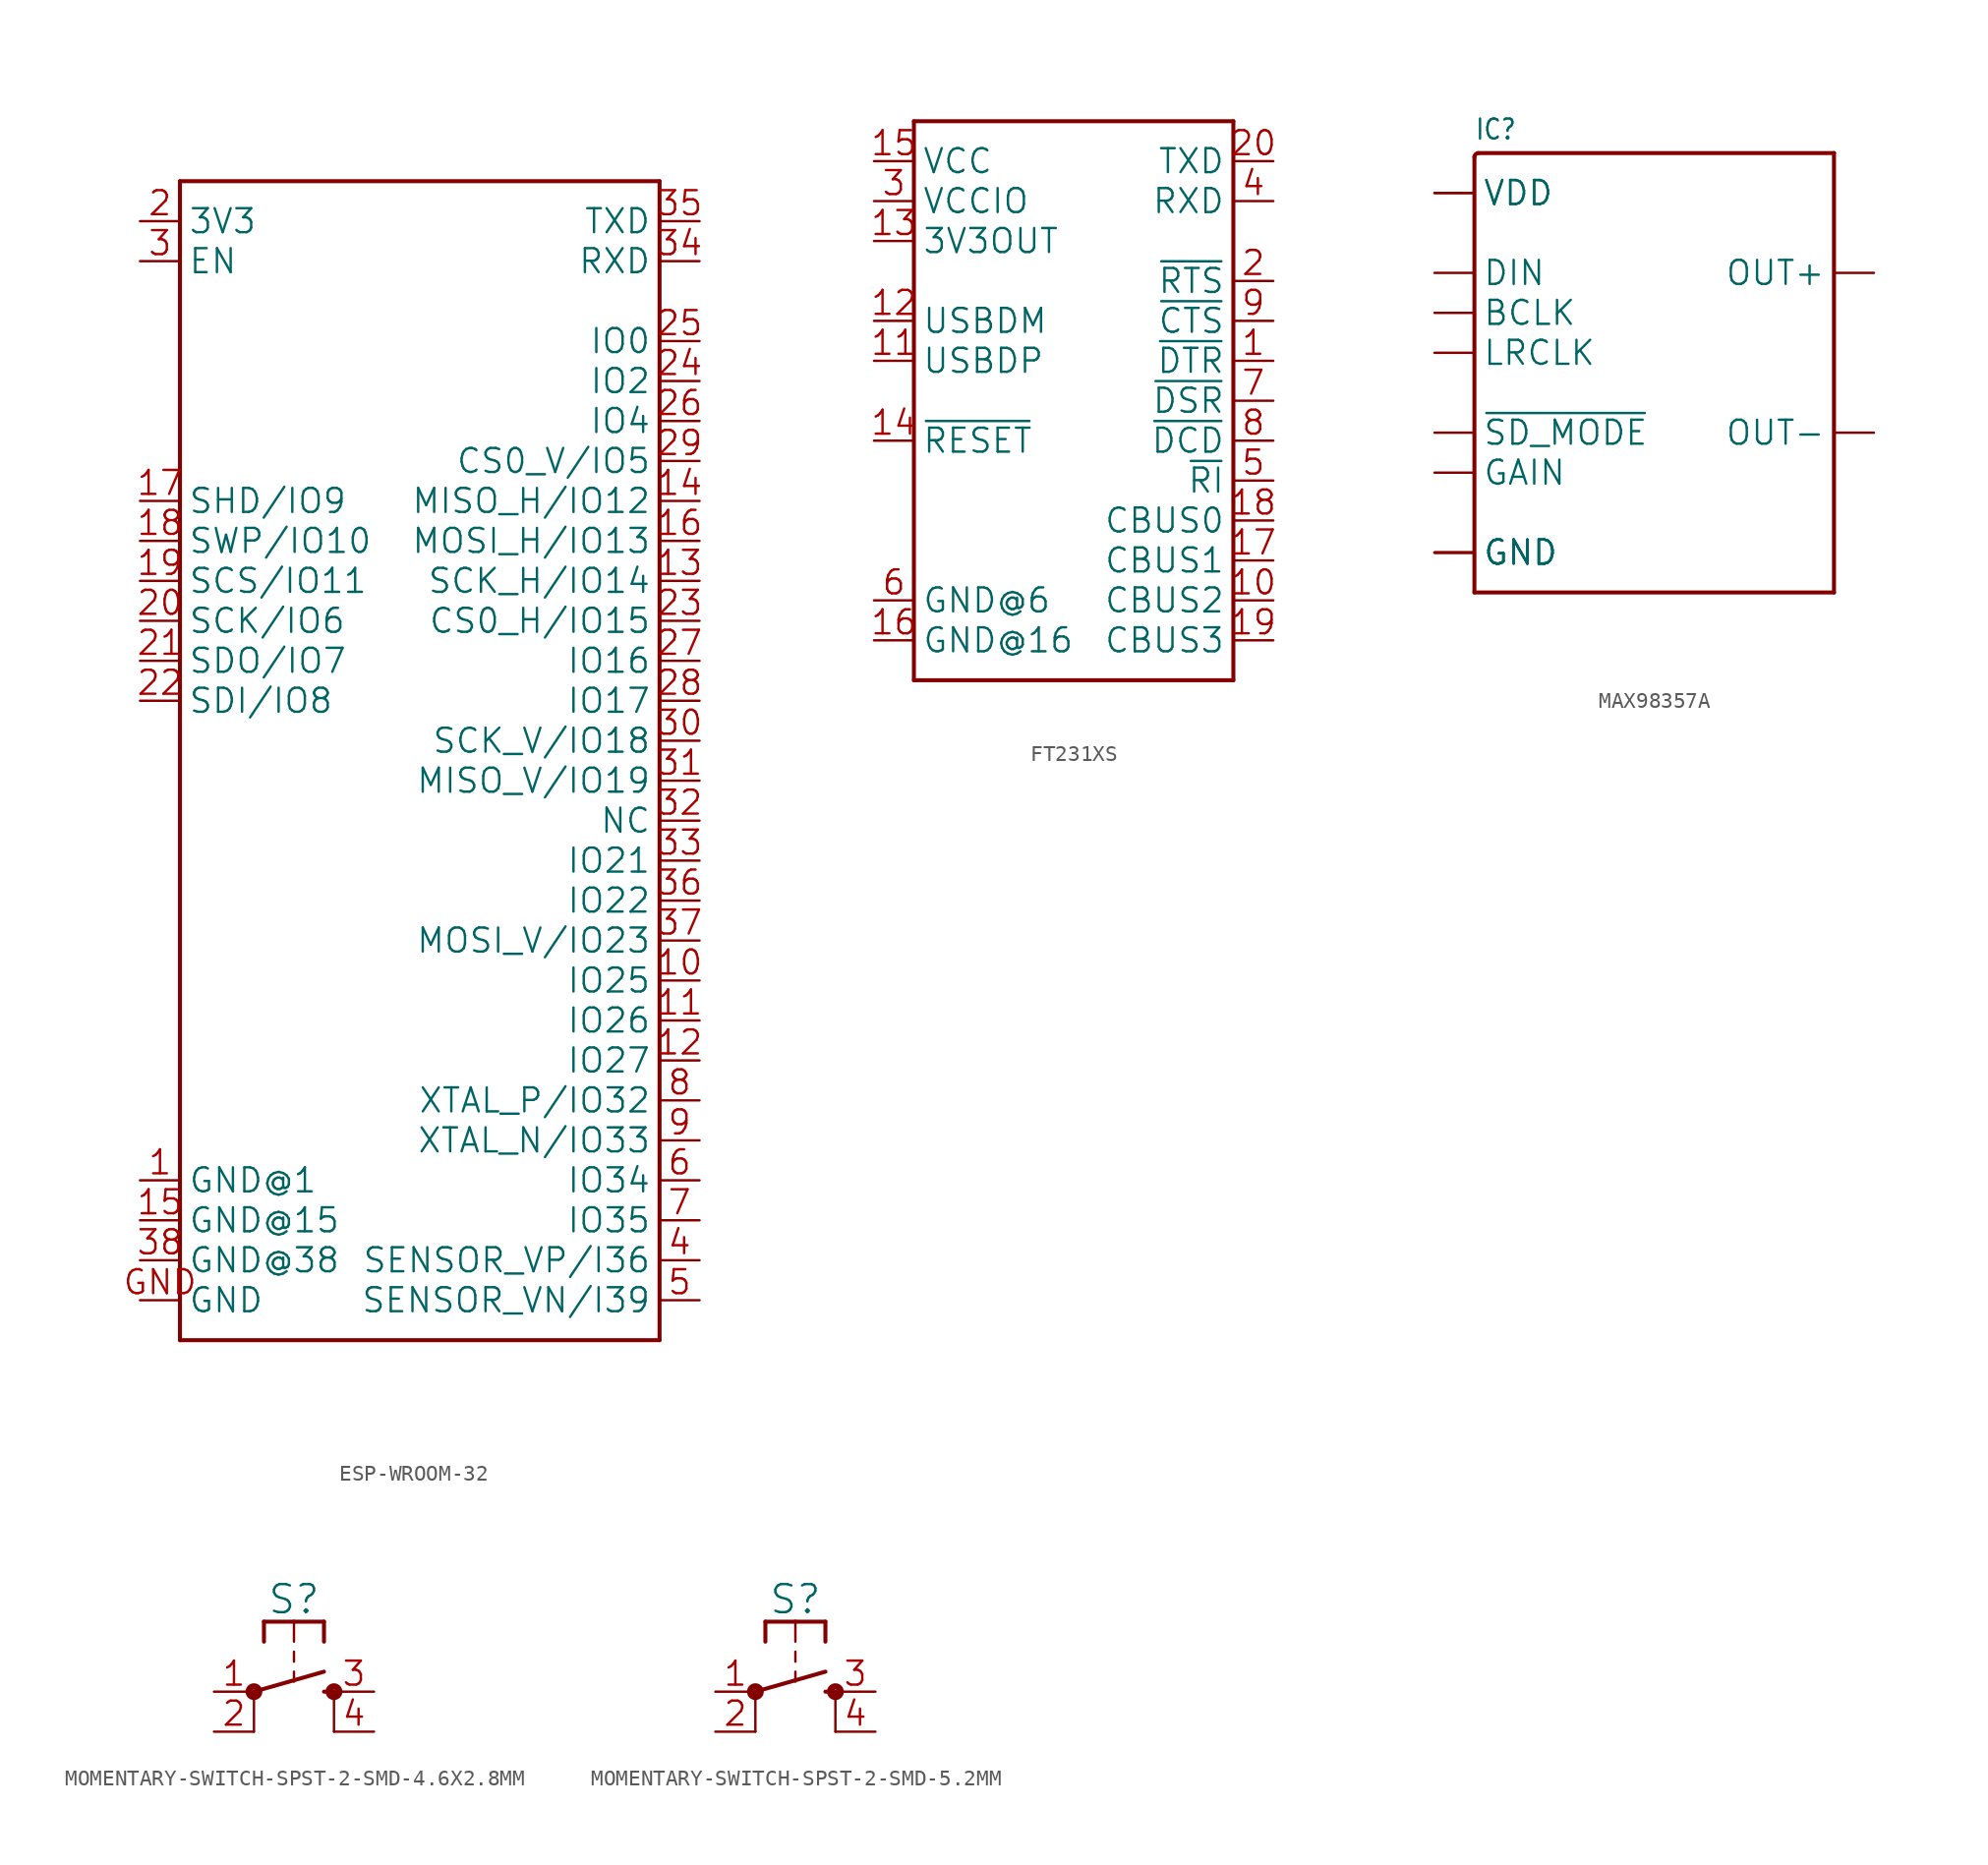
<source format=kicad_sym>
(kicad_symbol_lib
  (version 20241209)
  (generator "kicad_symbol_editor")
  (generator_version "9.0")
  (symbol "ESP-WROOM-32"
    (property "Reference" "U"
      (at -15.24 35.814 0)
      (effects (font (size 1.778 1.511)) (justify left bottom) (hide yes)))
    (property "ki_locked" ""
      (at 0 0 0)
      (effects (font (size 1.27 1.27))))
    (symbol "ESP-WROOM-32_1_0"
      (polyline (pts (xy -15.24 35.56) (xy 15.24 35.56)) (stroke (width 0.254) (type solid)) (fill (type none)))
      (polyline (pts (xy -15.24 -38.1) (xy -15.24 35.56)) (stroke (width 0.254) (type solid)) (fill (type none)))
      (polyline (pts (xy 15.24 35.56) (xy 15.24 -38.1)) (stroke (width 0.254) (type solid)) (fill (type none)))
      (polyline (pts (xy 15.24 -38.1) (xy -15.24 -38.1)) (stroke (width 0.254) (type solid)) (fill (type none)))
      (pin bidirectional line (at -17.78 33.02 0) (length 2.54) (name "3V3" (effects (font (size 1.524 1.524)))) (number "2" (effects (font (size 1.524 1.524)))))
      (pin bidirectional line (at -17.78 30.48 0) (length 2.54) (name "EN" (effects (font (size 1.524 1.524)))) (number "3" (effects (font (size 1.524 1.524)))))
      (pin bidirectional line (at -17.78 15.24 0) (length 2.54) (name "SHD/IO9" (effects (font (size 1.524 1.524)))) (number "17" (effects (font (size 1.524 1.524)))))
      (pin bidirectional line (at -17.78 12.7 0) (length 2.54) (name "SWP/IO10" (effects (font (size 1.524 1.524)))) (number "18" (effects (font (size 1.524 1.524)))))
      (pin bidirectional line (at -17.78 10.16 0) (length 2.54) (name "SCS/IO11" (effects (font (size 1.524 1.524)))) (number "19" (effects (font (size 1.524 1.524)))))
      (pin bidirectional line (at -17.78 7.62 0) (length 2.54) (name "SCK/IO6" (effects (font (size 1.524 1.524)))) (number "20" (effects (font (size 1.524 1.524)))))
      (pin bidirectional line (at -17.78 5.08 0) (length 2.54) (name "SDO/IO7" (effects (font (size 1.524 1.524)))) (number "21" (effects (font (size 1.524 1.524)))))
      (pin bidirectional line (at -17.78 2.54 0) (length 2.54) (name "SDI/IO8" (effects (font (size 1.524 1.524)))) (number "22" (effects (font (size 1.524 1.524)))))
      (pin bidirectional line (at -17.78 -27.94 0) (length 2.54) (name "GND@1" (effects (font (size 1.524 1.524)))) (number "1" (effects (font (size 1.524 1.524)))))
      (pin bidirectional line (at -17.78 -30.48 0) (length 2.54) (name "GND@15" (effects (font (size 1.524 1.524)))) (number "15" (effects (font (size 1.524 1.524)))))
      (pin bidirectional line (at -17.78 -33.02 0) (length 2.54) (name "GND@38" (effects (font (size 1.524 1.524)))) (number "38" (effects (font (size 1.524 1.524)))))
      (pin bidirectional line (at -17.78 -35.56 0) (length 2.54) (name "GND" (effects (font (size 1.524 1.524)))) (number "GND" (effects (font (size 1.524 1.524)))))
      (pin bidirectional line (at 17.78 33.02 180) (length 2.54) (name "TXD" (effects (font (size 1.524 1.524)))) (number "35" (effects (font (size 1.524 1.524)))))
      (pin bidirectional line (at 17.78 30.48 180) (length 2.54) (name "RXD" (effects (font (size 1.524 1.524)))) (number "34" (effects (font (size 1.524 1.524)))))
      (pin bidirectional line (at 17.78 25.4 180) (length 2.54) (name "IO0" (effects (font (size 1.524 1.524)))) (number "25" (effects (font (size 1.524 1.524)))))
      (pin bidirectional line (at 17.78 22.86 180) (length 2.54) (name "IO2" (effects (font (size 1.524 1.524)))) (number "24" (effects (font (size 1.524 1.524)))))
      (pin bidirectional line (at 17.78 20.32 180) (length 2.54) (name "IO4" (effects (font (size 1.524 1.524)))) (number "26" (effects (font (size 1.524 1.524)))))
      (pin bidirectional line (at 17.78 17.78 180) (length 2.54) (name "CS0_V/IO5" (effects (font (size 1.524 1.524)))) (number "29" (effects (font (size 1.524 1.524)))))
      (pin bidirectional line (at 17.78 15.24 180) (length 2.54) (name "MISO_H/IO12" (effects (font (size 1.524 1.524)))) (number "14" (effects (font (size 1.524 1.524)))))
      (pin bidirectional line (at 17.78 12.7 180) (length 2.54) (name "MOSI_H/IO13" (effects (font (size 1.524 1.524)))) (number "16" (effects (font (size 1.524 1.524)))))
      (pin bidirectional line (at 17.78 10.16 180) (length 2.54) (name "SCK_H/IO14" (effects (font (size 1.524 1.524)))) (number "13" (effects (font (size 1.524 1.524)))))
      (pin bidirectional line (at 17.78 7.62 180) (length 2.54) (name "CS0_H/IO15" (effects (font (size 1.524 1.524)))) (number "23" (effects (font (size 1.524 1.524)))))
      (pin bidirectional line (at 17.78 5.08 180) (length 2.54) (name "IO16" (effects (font (size 1.524 1.524)))) (number "27" (effects (font (size 1.524 1.524)))))
      (pin bidirectional line (at 17.78 2.54 180) (length 2.54) (name "IO17" (effects (font (size 1.524 1.524)))) (number "28" (effects (font (size 1.524 1.524)))))
      (pin bidirectional line (at 17.78 0 180) (length 2.54) (name "SCK_V/IO18" (effects (font (size 1.524 1.524)))) (number "30" (effects (font (size 1.524 1.524)))))
      (pin bidirectional line (at 17.78 -2.54 180) (length 2.54) (name "MISO_V/IO19" (effects (font (size 1.524 1.524)))) (number "31" (effects (font (size 1.524 1.524)))))
      (pin bidirectional line (at 17.78 -5.08 180) (length 2.54) (name "NC" (effects (font (size 1.524 1.524)))) (number "32" (effects (font (size 1.524 1.524)))))
      (pin bidirectional line (at 17.78 -7.62 180) (length 2.54) (name "IO21" (effects (font (size 1.524 1.524)))) (number "33" (effects (font (size 1.524 1.524)))))
      (pin bidirectional line (at 17.78 -10.16 180) (length 2.54) (name "IO22" (effects (font (size 1.524 1.524)))) (number "36" (effects (font (size 1.524 1.524)))))
      (pin bidirectional line (at 17.78 -12.7 180) (length 2.54) (name "MOSI_V/IO23" (effects (font (size 1.524 1.524)))) (number "37" (effects (font (size 1.524 1.524)))))
      (pin bidirectional line (at 17.78 -15.24 180) (length 2.54) (name "IO25" (effects (font (size 1.524 1.524)))) (number "10" (effects (font (size 1.524 1.524)))))
      (pin bidirectional line (at 17.78 -17.78 180) (length 2.54) (name "IO26" (effects (font (size 1.524 1.524)))) (number "11" (effects (font (size 1.524 1.524)))))
      (pin bidirectional line (at 17.78 -20.32 180) (length 2.54) (name "IO27" (effects (font (size 1.524 1.524)))) (number "12" (effects (font (size 1.524 1.524)))))
      (pin bidirectional line (at 17.78 -22.86 180) (length 2.54) (name "XTAL_P/IO32" (effects (font (size 1.524 1.524)))) (number "8" (effects (font (size 1.524 1.524)))))
      (pin bidirectional line (at 17.78 -25.4 180) (length 2.54) (name "XTAL_N/IO33" (effects (font (size 1.524 1.524)))) (number "9" (effects (font (size 1.524 1.524)))))
      (pin bidirectional line (at 17.78 -27.94 180) (length 2.54) (name "IO34" (effects (font (size 1.524 1.524)))) (number "6" (effects (font (size 1.524 1.524)))))
      (pin bidirectional line (at 17.78 -30.48 180) (length 2.54) (name "IO35" (effects (font (size 1.524 1.524)))) (number "7" (effects (font (size 1.524 1.524)))))
      (pin bidirectional line (at 17.78 -33.02 180) (length 2.54) (name "SENSOR_VP/I36" (effects (font (size 1.524 1.524)))) (number "4" (effects (font (size 1.524 1.524)))))
      (pin bidirectional line (at 17.78 -35.56 180) (length 2.54) (name "SENSOR_VN/I39" (effects (font (size 1.524 1.524)))) (number "5" (effects (font (size 1.524 1.524)))))))
  (symbol "FT231XS"
    (property "Reference" "U"
      (at -10.16 18.034 0)
      (effects (font (size 1.778 1.511)) (justify left bottom) (hide yes)))
    (property "ki_locked" ""
      (at 0 0 0)
      (effects (font (size 1.27 1.27))))
    (symbol "FT231XS_1_0"
      (polyline (pts (xy -10.16 17.78) (xy -10.16 -17.78)) (stroke (width 0.254) (type solid)) (fill (type none)))
      (polyline (pts (xy -10.16 -17.78) (xy 10.16 -17.78)) (stroke (width 0.254) (type solid)) (fill (type none)))
      (polyline (pts (xy 10.16 17.78) (xy -10.16 17.78)) (stroke (width 0.254) (type solid)) (fill (type none)))
      (polyline (pts (xy 10.16 -17.78) (xy 10.16 17.78)) (stroke (width 0.254) (type solid)) (fill (type none)))
      (pin bidirectional line (at -12.7 15.24 0) (length 2.54) (name "VCC" (effects (font (size 1.524 1.524)))) (number "15" (effects (font (size 1.524 1.524)))))
      (pin bidirectional line (at -12.7 12.7 0) (length 2.54) (name "VCCIO" (effects (font (size 1.524 1.524)))) (number "3" (effects (font (size 1.524 1.524)))))
      (pin bidirectional line (at -12.7 10.16 0) (length 2.54) (name "3V3OUT" (effects (font (size 1.524 1.524)))) (number "13" (effects (font (size 1.524 1.524)))))
      (pin bidirectional line (at -12.7 5.08 0) (length 2.54) (name "USBDM" (effects (font (size 1.524 1.524)))) (number "12" (effects (font (size 1.524 1.524)))))
      (pin bidirectional line (at -12.7 2.54 0) (length 2.54) (name "USBDP" (effects (font (size 1.524 1.524)))) (number "11" (effects (font (size 1.524 1.524)))))
      (pin bidirectional line (at -12.7 -2.54 0) (length 2.54) (name "~{RESET}" (effects (font (size 1.524 1.524)))) (number "14" (effects (font (size 1.524 1.524)))))
      (pin bidirectional line (at -12.7 -12.7 0) (length 2.54) (name "GND@6" (effects (font (size 1.524 1.524)))) (number "6" (effects (font (size 1.524 1.524)))))
      (pin bidirectional line (at -12.7 -15.24 0) (length 2.54) (name "GND@16" (effects (font (size 1.524 1.524)))) (number "16" (effects (font (size 1.524 1.524)))))
      (pin bidirectional line (at 12.7 15.24 180) (length 2.54) (name "TXD" (effects (font (size 1.524 1.524)))) (number "20" (effects (font (size 1.524 1.524)))))
      (pin bidirectional line (at 12.7 12.7 180) (length 2.54) (name "RXD" (effects (font (size 1.524 1.524)))) (number "4" (effects (font (size 1.524 1.524)))))
      (pin bidirectional line (at 12.7 7.62 180) (length 2.54) (name "~{RTS}" (effects (font (size 1.524 1.524)))) (number "2" (effects (font (size 1.524 1.524)))))
      (pin bidirectional line (at 12.7 5.08 180) (length 2.54) (name "~{CTS}" (effects (font (size 1.524 1.524)))) (number "9" (effects (font (size 1.524 1.524)))))
      (pin bidirectional line (at 12.7 2.54 180) (length 2.54) (name "~{DTR}" (effects (font (size 1.524 1.524)))) (number "1" (effects (font (size 1.524 1.524)))))
      (pin bidirectional line (at 12.7 0 180) (length 2.54) (name "~{DSR}" (effects (font (size 1.524 1.524)))) (number "7" (effects (font (size 1.524 1.524)))))
      (pin bidirectional line (at 12.7 -2.54 180) (length 2.54) (name "~{DCD}" (effects (font (size 1.524 1.524)))) (number "8" (effects (font (size 1.524 1.524)))))
      (pin bidirectional line (at 12.7 -5.08 180) (length 2.54) (name "~{RI}" (effects (font (size 1.524 1.524)))) (number "5" (effects (font (size 1.524 1.524)))))
      (pin bidirectional line (at 12.7 -7.62 180) (length 2.54) (name "CBUS0" (effects (font (size 1.524 1.524)))) (number "18" (effects (font (size 1.524 1.524)))))
      (pin bidirectional line (at 12.7 -10.16 180) (length 2.54) (name "CBUS1" (effects (font (size 1.524 1.524)))) (number "17" (effects (font (size 1.524 1.524)))))
      (pin bidirectional line (at 12.7 -12.7 180) (length 2.54) (name "CBUS2" (effects (font (size 1.524 1.524)))) (number "10" (effects (font (size 1.524 1.524)))))
      (pin bidirectional line (at 12.7 -15.24 180) (length 2.54) (name "CBUS3" (effects (font (size 1.524 1.524)))) (number "19" (effects (font (size 1.524 1.524)))))))
  (symbol "MAX98357A"
    (property "Reference" "IC"
      (at -10.16 13.462 0)
      (effects (font (size 1.27 1.079)) (justify left bottom)))
    (property "Value" ""
      (at -10.16 -17.78 0)
      (effects (font (size 1.27 1.079)) (justify left bottom)))
    (property "ki_locked" ""
      (at 0 0 0)
      (effects (font (size 1.27 1.27))))
    (symbol "MAX98357A_1_0"
      (polyline (pts (xy -10.16 12.45) (xy -10.16 -15.24)) (stroke (width 0.254) (type solid)) (fill (type none)))
      (arc (start -10.16 12.45) (mid -10.0868 12.6268) (end -9.91 12.7) (stroke (width 0.254) (type solid)) (fill (type none)))
      (polyline (pts (xy 12.7 12.7) (xy -9.91 12.7)) (stroke (width 0.254) (type solid)) (fill (type none)))
      (polyline (pts (xy 12.7 12.7) (xy 12.7 -15.24)) (stroke (width 0.254) (type solid)) (fill (type none)))
      (polyline (pts (xy 12.7 -15.24) (xy -10.16 -15.24)) (stroke (width 0.254) (type solid)) (fill (type none)))
      (pin bidirectional line (at -12.7 10.16 0) (length 2.54) (name "VDD" (effects (font (size 1.524 1.524)))) (number "P$7" (effects (font (size 0 0)))))
      (pin bidirectional line (at -12.7 10.16 0) (length 2.54) (name "VDD" (effects (font (size 1.524 1.524)))) (number "P$8" (effects (font (size 0 0)))))
      (pin bidirectional line (at -12.7 5.08 0) (length 2.54) (name "DIN" (effects (font (size 1.524 1.524)))) (number "P$1" (effects (font (size 0 0)))))
      (pin bidirectional line (at -12.7 2.54 0) (length 2.54) (name "BCLK" (effects (font (size 1.524 1.524)))) (number "P$16" (effects (font (size 0 0)))))
      (pin bidirectional line (at -12.7 0 0) (length 2.54) (name "LRCLK" (effects (font (size 1.524 1.524)))) (number "P$14" (effects (font (size 0 0)))))
      (pin bidirectional line (at -12.7 -5.08 0) (length 2.54) (name "~{SD_MODE}" (effects (font (size 1.524 1.524)))) (number "P$4" (effects (font (size 0 0)))))
      (pin bidirectional line (at -12.7 -7.62 0) (length 2.54) (name "GAIN" (effects (font (size 1.524 1.524)))) (number "P$2" (effects (font (size 0 0)))))
      (pin bidirectional line (at -12.7 -12.7 0) (length 2.54) (name "GND" (effects (font (size 1.524 1.524)))) (number "P$11" (effects (font (size 0 0)))))
      (pin bidirectional line (at -12.7 -12.7 0) (length 2.54) (name "GND" (effects (font (size 1.524 1.524)))) (number "P$15" (effects (font (size 0 0)))))
      (pin bidirectional line (at -12.7 -12.7 0) (length 2.54) (name "GND" (effects (font (size 1.524 1.524)))) (number "P$3" (effects (font (size 0 0)))))
      (pin bidirectional line (at -12.7 -12.7 0) (length 2.54) (name "GND" (effects (font (size 1.524 1.524)))) (number "P$EP" (effects (font (size 0 0)))))
      (pin bidirectional line (at 15.24 5.08 180) (length 2.54) (name "OUT+" (effects (font (size 1.524 1.524)))) (number "P$9" (effects (font (size 0 0)))))
      (pin bidirectional line (at 15.24 -5.08 180) (length 2.54) (name "OUT-" (effects (font (size 1.524 1.524)))) (number "P$10" (effects (font (size 0 0)))))))
  (symbol "MOMENTARY-SWITCH-SPST-2-SMD-4.6X2.8MM"
    (property "Reference" "S"
      (at 0 4.826 0)
      (effects (font (size 1.778 1.778)) (justify bottom)))
    (property "Value" ""
      (at 0 -2.794 0)
      (effects (font (size 1.778 1.778)) (justify top)))
    (property "ki_locked" ""
      (at 0 0 0)
      (effects (font (size 1.27 1.27))))
    (symbol "MOMENTARY-SWITCH-SPST-2-SMD-4.6X2.8MM_1_0"
      (circle (center -2.54 0) (radius 0.127) (stroke (width 0.406) (type solid)) (fill (type none)))
      (polyline (pts (xy -2.54 0) (xy 1.905 1.27)) (stroke (width 0.254) (type solid)) (fill (type none)))
      (polyline (pts (xy -2.54 -2.54) (xy -2.54 0)) (stroke (width 0.152) (type solid)) (fill (type none)))
      (polyline (pts (xy -1.905 4.445) (xy -1.905 3.175)) (stroke (width 0.254) (type solid)) (fill (type none)))
      (polyline (pts (xy 0 4.445) (xy -1.905 4.445)) (stroke (width 0.254) (type solid)) (fill (type none)))
      (polyline (pts (xy 0 4.445) (xy 0 3.175)) (stroke (width 0.152) (type solid)) (fill (type none)))
      (polyline (pts (xy 0 2.54) (xy 0 1.905)) (stroke (width 0.152) (type solid)) (fill (type none)))
      (polyline (pts (xy 0 1.27) (xy 0 0.635)) (stroke (width 0.152) (type solid)) (fill (type none)))
      (polyline (pts (xy 1.905 4.445) (xy 0 4.445)) (stroke (width 0.254) (type solid)) (fill (type none)))
      (polyline (pts (xy 1.905 4.445) (xy 1.905 3.175)) (stroke (width 0.254) (type solid)) (fill (type none)))
      (polyline (pts (xy 1.905 0) (xy 2.54 0)) (stroke (width 0.254) (type solid)) (fill (type none)))
      (circle (center 2.54 0) (radius 0.127) (stroke (width 0.406) (type solid)) (fill (type none)))
      (polyline (pts (xy 2.54 -2.54) (xy 2.54 0)) (stroke (width 0.152) (type solid)) (fill (type none)))
      (pin passive line (at -5.08 0 0) (length 2.54) (name "1" (effects (font (size 0 0)))) (number "1" (effects (font (size 1.524 1.524)))))
      (pin passive line (at -5.08 -2.54 0) (length 2.54) (name "2" (effects (font (size 0 0)))) (number "2" (effects (font (size 1.524 1.524)))))
      (pin passive line (at 5.08 0 180) (length 2.54) (name "3" (effects (font (size 0 0)))) (number "3" (effects (font (size 1.524 1.524)))))
      (pin passive line (at 5.08 -2.54 180) (length 2.54) (name "4" (effects (font (size 0 0)))) (number "4" (effects (font (size 1.524 1.524)))))))
  (symbol "MOMENTARY-SWITCH-SPST-2-SMD-5.2MM"
    (property "Reference" "S"
      (at 0 4.826 0)
      (effects (font (size 1.778 1.778)) (justify bottom)))
    (property "Value" ""
      (at 0 -2.794 0)
      (effects (font (size 1.778 1.778)) (justify top)))
    (property "ki_locked" ""
      (at 0 0 0)
      (effects (font (size 1.27 1.27))))
    (symbol "MOMENTARY-SWITCH-SPST-2-SMD-5.2MM_1_0"
      (circle (center -2.54 0) (radius 0.127) (stroke (width 0.406) (type solid)) (fill (type none)))
      (polyline (pts (xy -2.54 0) (xy 1.905 1.27)) (stroke (width 0.254) (type solid)) (fill (type none)))
      (polyline (pts (xy -2.54 -2.54) (xy -2.54 0)) (stroke (width 0.152) (type solid)) (fill (type none)))
      (polyline (pts (xy -1.905 4.445) (xy -1.905 3.175)) (stroke (width 0.254) (type solid)) (fill (type none)))
      (polyline (pts (xy 0 4.445) (xy -1.905 4.445)) (stroke (width 0.254) (type solid)) (fill (type none)))
      (polyline (pts (xy 0 4.445) (xy 0 3.175)) (stroke (width 0.152) (type solid)) (fill (type none)))
      (polyline (pts (xy 0 2.54) (xy 0 1.905)) (stroke (width 0.152) (type solid)) (fill (type none)))
      (polyline (pts (xy 0 1.27) (xy 0 0.635)) (stroke (width 0.152) (type solid)) (fill (type none)))
      (polyline (pts (xy 1.905 4.445) (xy 0 4.445)) (stroke (width 0.254) (type solid)) (fill (type none)))
      (polyline (pts (xy 1.905 4.445) (xy 1.905 3.175)) (stroke (width 0.254) (type solid)) (fill (type none)))
      (polyline (pts (xy 1.905 0) (xy 2.54 0)) (stroke (width 0.254) (type solid)) (fill (type none)))
      (circle (center 2.54 0) (radius 0.127) (stroke (width 0.406) (type solid)) (fill (type none)))
      (polyline (pts (xy 2.54 -2.54) (xy 2.54 0)) (stroke (width 0.152) (type solid)) (fill (type none)))
      (pin passive line (at -5.08 0 0) (length 2.54) (name "1" (effects (font (size 0 0)))) (number "1" (effects (font (size 1.524 1.524)))))
      (pin passive line (at -5.08 -2.54 0) (length 2.54) (name "2" (effects (font (size 0 0)))) (number "2" (effects (font (size 1.524 1.524)))))
      (pin passive line (at 5.08 0 180) (length 2.54) (name "3" (effects (font (size 0 0)))) (number "3" (effects (font (size 1.524 1.524)))))
      (pin passive line (at 5.08 -2.54 180) (length 2.54) (name "4" (effects (font (size 0 0)))) (number "4" (effects (font (size 1.524 1.524))))))))
</source>
